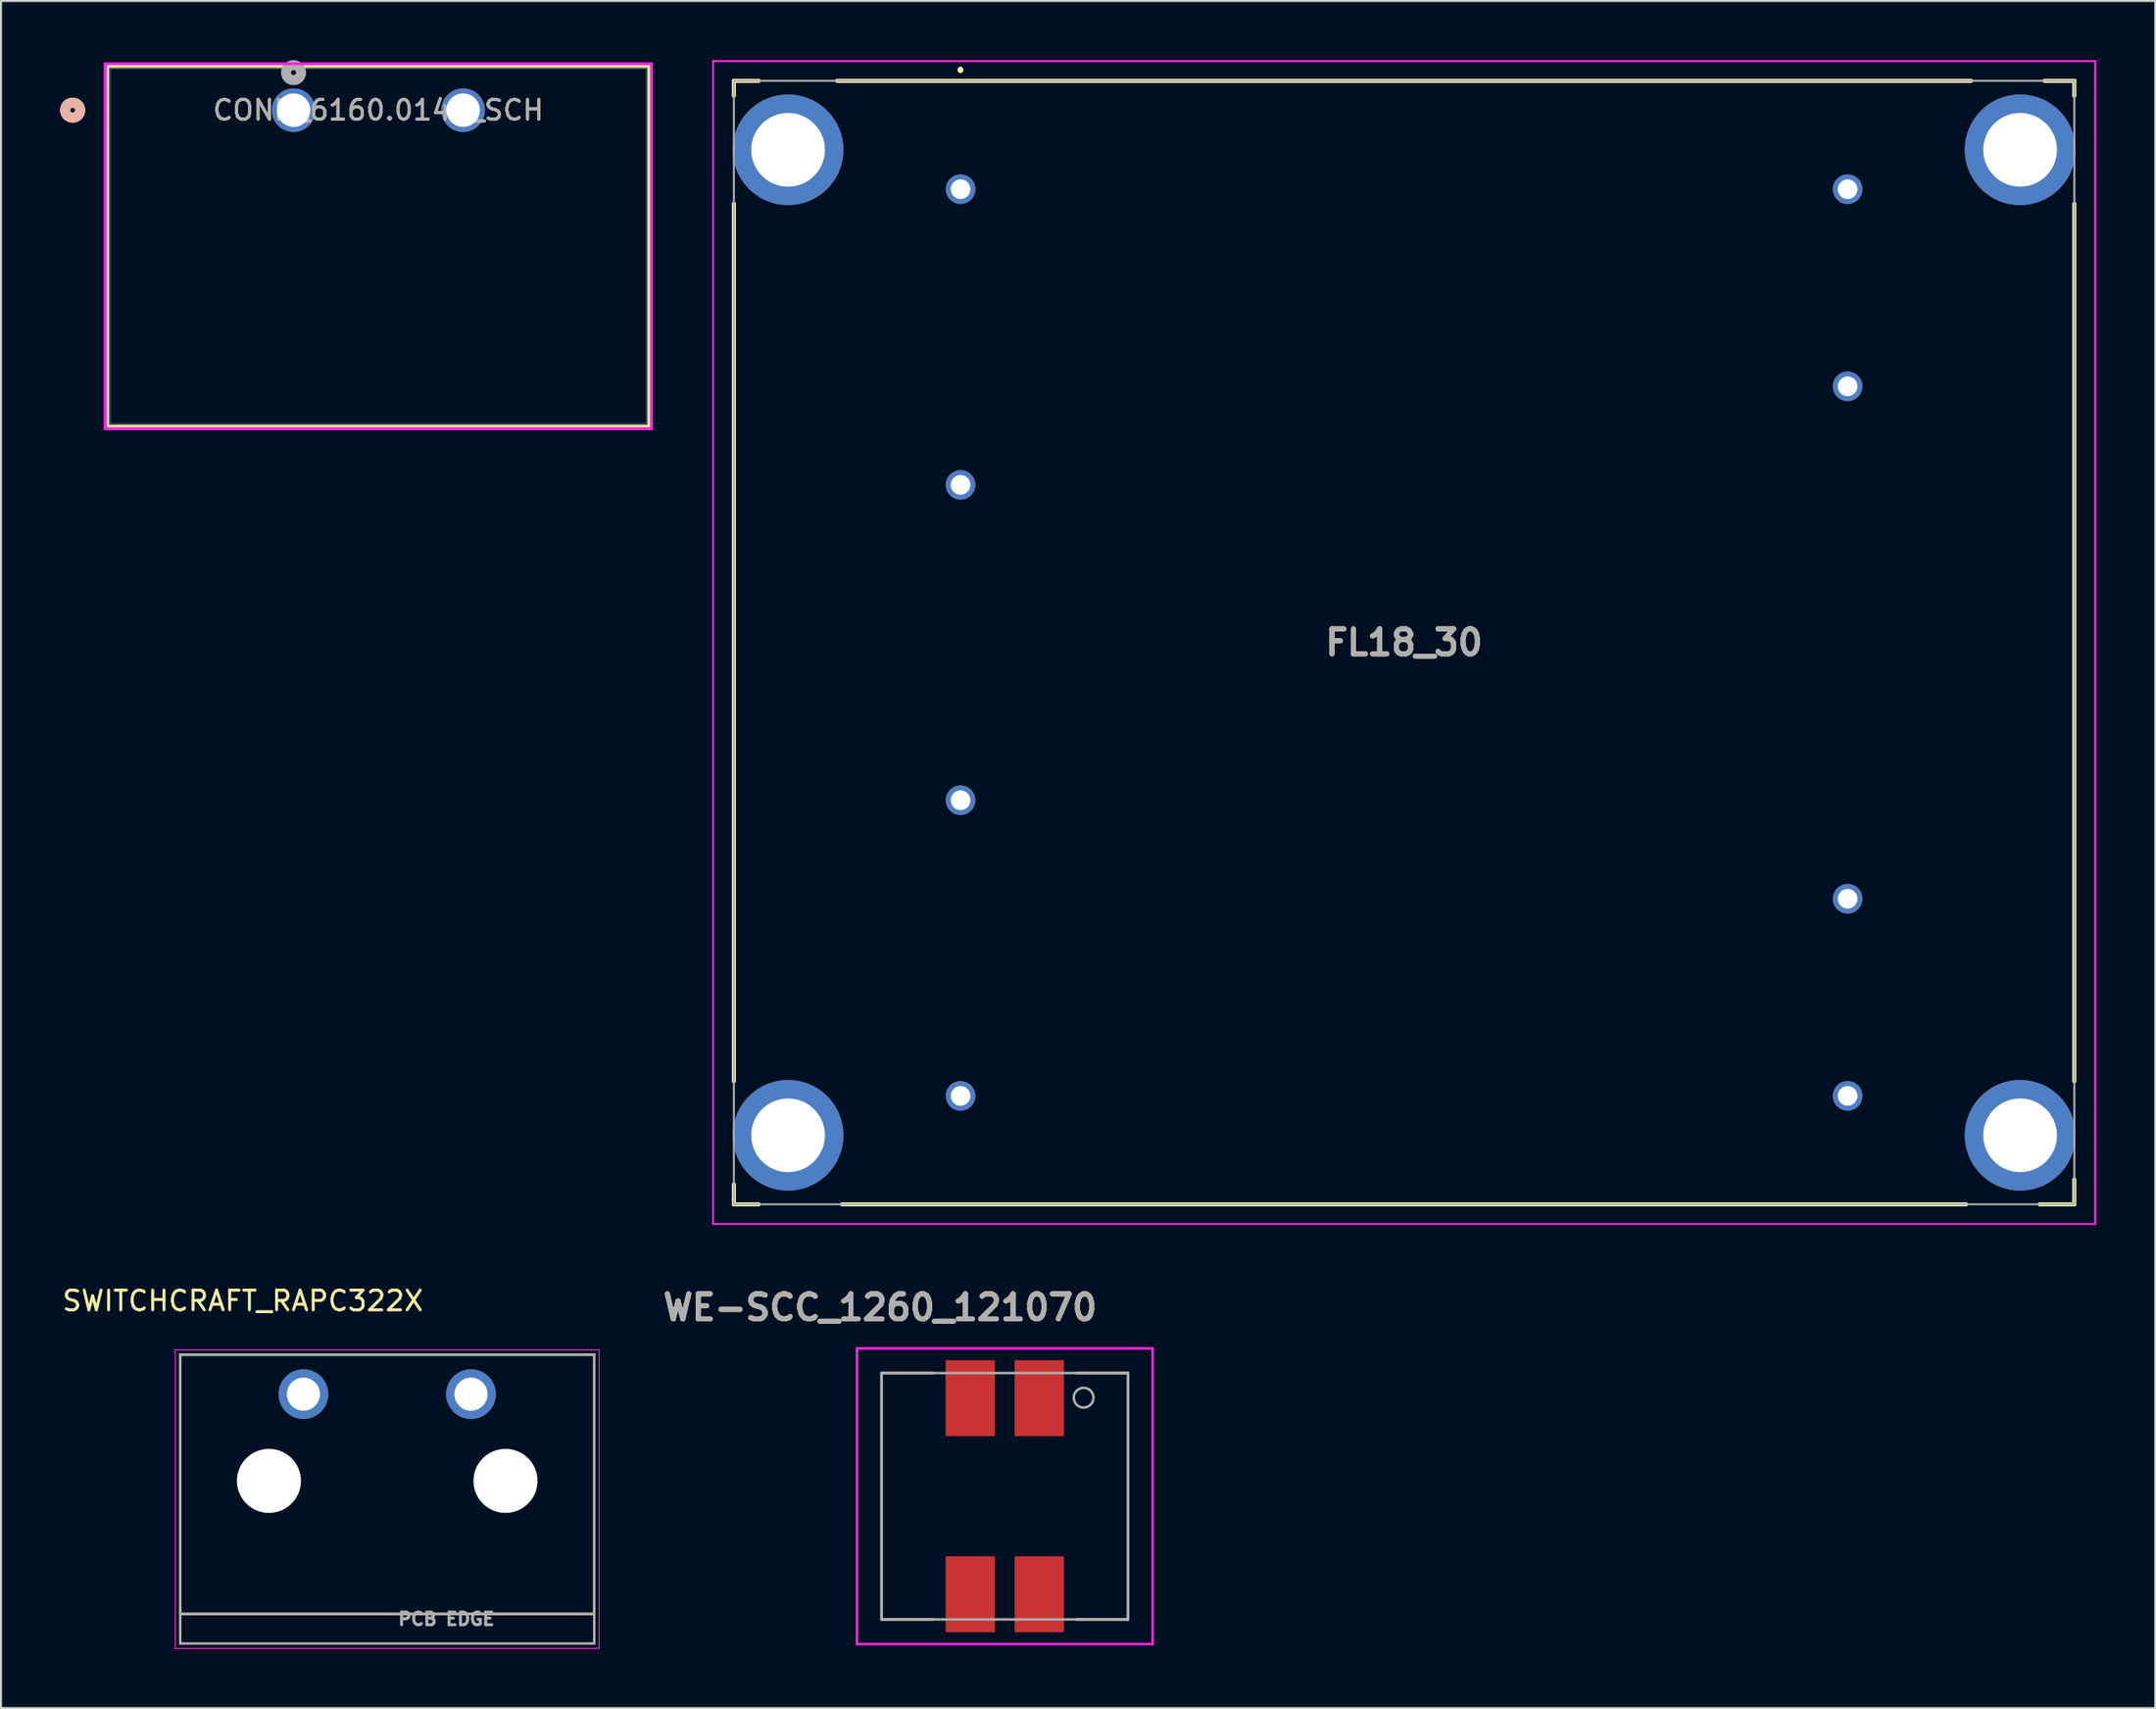
<source format=kicad_pcb>
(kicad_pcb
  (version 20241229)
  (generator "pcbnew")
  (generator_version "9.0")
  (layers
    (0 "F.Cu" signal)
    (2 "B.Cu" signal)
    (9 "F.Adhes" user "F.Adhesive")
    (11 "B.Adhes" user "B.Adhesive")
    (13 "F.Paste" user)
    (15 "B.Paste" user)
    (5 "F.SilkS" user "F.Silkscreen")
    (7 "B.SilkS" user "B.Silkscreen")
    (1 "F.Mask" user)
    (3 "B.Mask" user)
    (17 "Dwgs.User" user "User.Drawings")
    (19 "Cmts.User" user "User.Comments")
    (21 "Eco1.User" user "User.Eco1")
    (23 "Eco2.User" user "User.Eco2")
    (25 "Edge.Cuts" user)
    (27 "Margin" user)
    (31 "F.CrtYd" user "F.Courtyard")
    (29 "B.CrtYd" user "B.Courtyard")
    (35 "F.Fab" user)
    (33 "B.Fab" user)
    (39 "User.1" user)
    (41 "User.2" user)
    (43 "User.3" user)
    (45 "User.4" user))
  (footprint "SWITCHCRAFT_RAPC322X"
    (layer "F.Cu")
    (at 16.593 72.083)
    (property "Reference" "SWITCHCRAFT_RAPC322X" (at -7.325 -9.135 0) (layer "F.SilkS") (effects (font (size 1 1) (thickness 0.15))))
    (attr through_hole)
    (fp_circle (center -6 0) (end -5.061 0) (stroke (width 1.879) (type solid)) (fill no) (layer "F.Mask"))
    (fp_circle (center 6 0) (end 6.939 0) (stroke (width 1.879) (type solid)) (fill no) (layer "F.Mask"))
    (fp_circle (center -6 0) (end -5.061 0) (stroke (width 1.879) (type solid)) (fill no) (layer "B.Mask"))
    (fp_circle (center 6 0) (end 6.939 0) (stroke (width 1.879) (type solid)) (fill no) (layer "B.Mask"))
    (fp_line (start -10.5 -6.4) (end -10.5 6.75) (stroke (width 0.127) (type solid)) (layer "F.SilkS"))
    (fp_line (start -10.5 6.75) (end 10.5 6.75) (stroke (width 0.127) (type solid)) (layer "F.SilkS"))
    (fp_line (start 10.5 -6.4) (end -10.5 -6.4) (stroke (width 0.127) (type solid)) (layer "F.SilkS"))
    (fp_line (start 10.5 6.75) (end 10.5 -6.4) (stroke (width 0.127) (type solid)) (layer "F.SilkS"))
    (fp_line (start -10.75 -6.65) (end -10.75 8.5) (stroke (width 0.05) (type solid)) (layer "F.CrtYd"))
    (fp_line (start -10.75 8.5) (end 10.75 8.5) (stroke (width 0.05) (type solid)) (layer "F.CrtYd"))
    (fp_line (start 10.75 -6.65) (end -10.75 -6.65) (stroke (width 0.05) (type solid)) (layer "F.CrtYd"))
    (fp_line (start 10.75 8.5) (end 10.75 -6.65) (stroke (width 0.05) (type solid)) (layer "F.CrtYd"))
    (fp_line (start -10.5 -6.4) (end -10.5 6.75) (stroke (width 0.127) (type solid)) (layer "F.Fab"))
    (fp_line (start -10.5 6.75) (end -10.5 8.25) (stroke (width 0.127) (type solid)) (layer "F.Fab"))
    (fp_line (start -10.5 6.75) (end 10.5 6.75) (stroke (width 0.127) (type solid)) (layer "F.Fab"))
    (fp_line (start -10.5 8.25) (end 10.5 8.25) (stroke (width 0.127) (type solid)) (layer "F.Fab"))
    (fp_line (start 10.5 -6.4) (end -10.5 -6.4) (stroke (width 0.127) (type solid)) (layer "F.Fab"))
    (fp_line (start 10.5 6.75) (end 10.5 -6.4) (stroke (width 0.127) (type solid)) (layer "F.Fab"))
    (fp_line (start 10.5 8.25) (end 10.5 6.75) (stroke (width 0.127) (type solid)) (layer "F.Fab"))
    (fp_text user "PCB EDGE" (at 3 7.01 0) (layer "F.Fab") (effects (font (size 0.64 0.64) (thickness 0.15))))
    (pad "" np_thru_hole circle (at -6 0) (size 3.25 3.25) (drill 3.25) (layers "*.Cu" "*.Mask"))
    (pad "" np_thru_hole circle (at 6 0) (size 3.25 3.25) (drill 3.25) (layers "*.Cu" "*.Mask"))
    (pad "L" thru_hole circle (at -4.25 -4.4) (size 2.52 2.52) (drill 1.68) (layers "*.Cu" "*.Mask"))
    (pad "N" thru_hole circle (at 4.25 -4.4) (size 2.52 2.52) (drill 1.68) (layers "*.Cu" "*.Mask")))
  (footprint "CONN_6160.0141_SCH"
    (layer "F.Cu")
    (at 11.842 2.54)
    (property "Reference" "CONN_6160.0141_SCH" (at 4.3 0 0) (unlocked yes) (layer "F.SilkS") (effects (font (size 1 1) (thickness 0.15))))
    (attr through_hole)
    (fp_line (start -9.429 -2.227) (end -9.429 16.036) (stroke (width 0.152) (type solid)) (layer "F.SilkS"))
    (fp_line (start -9.429 16.036) (end 18.029 16.036) (stroke (width 0.152) (type solid)) (layer "F.SilkS"))
    (fp_line (start 18.029 -2.227) (end -9.429 -2.227) (stroke (width 0.152) (type solid)) (layer "F.SilkS"))
    (fp_line (start 18.029 16.036) (end 18.029 -2.227) (stroke (width 0.152) (type solid)) (layer "F.SilkS"))
    (fp_circle (center -11.207 0) (end -10.826 0) (stroke (width 0.508) (type solid)) (fill no) (layer "F.SilkS"))
    (fp_circle (center -11.207 0) (end -10.826 0) (stroke (width 0.508) (type solid)) (fill no) (layer "B.SilkS"))
    (fp_line (start -9.556 -2.354) (end -9.556 16.163) (stroke (width 0.152) (type solid)) (layer "F.CrtYd"))
    (fp_line (start -9.556 16.163) (end 18.156 16.163) (stroke (width 0.152) (type solid)) (layer "F.CrtYd"))
    (fp_line (start 18.156 -2.354) (end -9.556 -2.354) (stroke (width 0.152) (type solid)) (layer "F.CrtYd"))
    (fp_line (start 18.156 16.163) (end 18.156 -2.354) (stroke (width 0.152) (type solid)) (layer "F.CrtYd"))
    (fp_line (start -9.302 -2.1) (end -9.302 15.909) (stroke (width 0.025) (type solid)) (layer "F.Fab"))
    (fp_line (start -9.302 15.909) (end 17.902 15.909) (stroke (width 0.025) (type solid)) (layer "F.Fab"))
    (fp_line (start 17.902 -2.1) (end -9.302 -2.1) (stroke (width 0.025) (type solid)) (layer "F.Fab"))
    (fp_line (start 17.902 15.909) (end 17.902 -2.1) (stroke (width 0.025) (type solid)) (layer "F.Fab"))
    (fp_circle (center 0 -1.905) (end 0.381 -1.905) (stroke (width 0.508) (type solid)) (fill no) (layer "F.Fab"))
    (fp_text user "${REFERENCE}" (at 4.3 0 0) (unlocked yes) (layer "F.Fab") (effects (font (size 1 1) (thickness 0.15))))
    (pad "1" thru_hole circle (at 0 0) (size 2.21 2.21) (drill 1.702) (layers "*.Cu" "*.Mask"))
    (pad "2" thru_hole circle (at 8.6 0) (size 2.21 2.21) (drill 1.702) (layers "*.Cu" "*.Mask")))
  (footprint "FL18_30"
    (layer "F.Cu")
    (at 45.679 6.55)
    (property "Reference" "FL18_30" (at 22.5 23 0) (layer "F.SilkS") (effects (font (size 1.27 1.27) (thickness 0.254))))
    (attr through_hole)
    (fp_line (start -11.5 -5.5) (end -11.5 -5.5) (stroke (width 0.2) (type solid)) (layer "F.SilkS"))
    (fp_line (start -11.5 -5.5) (end -11.5 -5.5) (stroke (width 0.2) (type solid)) (layer "F.SilkS"))
    (fp_line (start -11.5 -5.5) (end -11.5 -4.75) (stroke (width 0.2) (type solid)) (layer "F.SilkS"))
    (fp_line (start -11.5 -5.5) (end -10.25 -5.5) (stroke (width 0.2) (type solid)) (layer "F.SilkS"))
    (fp_line (start -11.5 -4.75) (end -11.5 -5.5) (stroke (width 0.2) (type solid)) (layer "F.SilkS"))
    (fp_line (start -11.5 -4.75) (end -11.5 -4.75) (stroke (width 0.2) (type solid)) (layer "F.SilkS"))
    (fp_line (start -11.5 0.75) (end -11.5 0.75) (stroke (width 0.2) (type solid)) (layer "F.SilkS"))
    (fp_line (start -11.5 0.75) (end -11.5 45.25) (stroke (width 0.2) (type solid)) (layer "F.SilkS"))
    (fp_line (start -11.5 45.25) (end -11.5 0.75) (stroke (width 0.2) (type solid)) (layer "F.SilkS"))
    (fp_line (start -11.5 45.25) (end -11.5 45.25) (stroke (width 0.2) (type solid)) (layer "F.SilkS"))
    (fp_line (start -11.5 50.5) (end -11.5 50.5) (stroke (width 0.2) (type solid)) (layer "F.SilkS"))
    (fp_line (start -11.5 50.5) (end -11.5 51.5) (stroke (width 0.2) (type solid)) (layer "F.SilkS"))
    (fp_line (start -11.5 51.5) (end -11.5 50.5) (stroke (width 0.2) (type solid)) (layer "F.SilkS"))
    (fp_line (start -11.5 51.5) (end -11.5 51.5) (stroke (width 0.2) (type solid)) (layer "F.SilkS"))
    (fp_line (start -11.5 51.5) (end -11.5 51.5) (stroke (width 0.2) (type solid)) (layer "F.SilkS"))
    (fp_line (start -11.5 51.5) (end -10.25 51.5) (stroke (width 0.2) (type solid)) (layer "F.SilkS"))
    (fp_line (start -10.25 -5.5) (end -11.5 -5.5) (stroke (width 0.2) (type solid)) (layer "F.SilkS"))
    (fp_line (start -10.25 -5.5) (end -10.25 -5.5) (stroke (width 0.2) (type solid)) (layer "F.SilkS"))
    (fp_line (start -10.25 51.5) (end -11.5 51.5) (stroke (width 0.2) (type solid)) (layer "F.SilkS"))
    (fp_line (start -10.25 51.5) (end -10.25 51.5) (stroke (width 0.2) (type solid)) (layer "F.SilkS"))
    (fp_line (start -6.25 -5.5) (end -6.25 -5.5) (stroke (width 0.2) (type solid)) (layer "F.SilkS"))
    (fp_line (start -6.25 -5.5) (end 51.25 -5.5) (stroke (width 0.2) (type solid)) (layer "F.SilkS"))
    (fp_line (start -6 51.5) (end -6 51.5) (stroke (width 0.2) (type solid)) (layer "F.SilkS"))
    (fp_line (start -6 51.5) (end 51 51.5) (stroke (width 0.2) (type solid)) (layer "F.SilkS"))
    (fp_line (start 0 -6.1) (end 0 -6.1) (stroke (width 0.2) (type solid)) (layer "F.SilkS"))
    (fp_line (start 0 -6.1) (end 0 -6.1) (stroke (width 0.2) (type solid)) (layer "F.SilkS"))
    (fp_line (start 0 -6) (end 0 -6) (stroke (width 0.2) (type solid)) (layer "F.SilkS"))
    (fp_line (start 51 51.5) (end -6 51.5) (stroke (width 0.2) (type solid)) (layer "F.SilkS"))
    (fp_line (start 51 51.5) (end 51 51.5) (stroke (width 0.2) (type solid)) (layer "F.SilkS"))
    (fp_line (start 51.25 -5.5) (end -6.25 -5.5) (stroke (width 0.2) (type solid)) (layer "F.SilkS"))
    (fp_line (start 51.25 -5.5) (end 51.25 -5.5) (stroke (width 0.2) (type solid)) (layer "F.SilkS"))
    (fp_line (start 54.75 51.5) (end 54.75 51.5) (stroke (width 0.2) (type solid)) (layer "F.SilkS"))
    (fp_line (start 54.75 51.5) (end 56.5 51.5) (stroke (width 0.2) (type solid)) (layer "F.SilkS"))
    (fp_line (start 55 -5.5) (end 55 -5.5) (stroke (width 0.2) (type solid)) (layer "F.SilkS"))
    (fp_line (start 55 -5.5) (end 56.5 -5.5) (stroke (width 0.2) (type solid)) (layer "F.SilkS"))
    (fp_line (start 56.5 -5.5) (end 55 -5.5) (stroke (width 0.2) (type solid)) (layer "F.SilkS"))
    (fp_line (start 56.5 -5.5) (end 56.5 -5.5) (stroke (width 0.2) (type solid)) (layer "F.SilkS"))
    (fp_line (start 56.5 -5.5) (end 56.5 -5.5) (stroke (width 0.2) (type solid)) (layer "F.SilkS"))
    (fp_line (start 56.5 -5.5) (end 56.5 -4.75) (stroke (width 0.2) (type solid)) (layer "F.SilkS"))
    (fp_line (start 56.5 -4.75) (end 56.5 -5.5) (stroke (width 0.2) (type solid)) (layer "F.SilkS"))
    (fp_line (start 56.5 -4.75) (end 56.5 -4.75) (stroke (width 0.2) (type solid)) (layer "F.SilkS"))
    (fp_line (start 56.5 0.75) (end 56.5 0.75) (stroke (width 0.2) (type solid)) (layer "F.SilkS"))
    (fp_line (start 56.5 0.75) (end 56.5 45.25) (stroke (width 0.2) (type solid)) (layer "F.SilkS"))
    (fp_line (start 56.5 45.25) (end 56.5 0.75) (stroke (width 0.2) (type solid)) (layer "F.SilkS"))
    (fp_line (start 56.5 45.25) (end 56.5 45.25) (stroke (width 0.2) (type solid)) (layer "F.SilkS"))
    (fp_line (start 56.5 50.25) (end 56.5 50.25) (stroke (width 0.2) (type solid)) (layer "F.SilkS"))
    (fp_line (start 56.5 50.25) (end 56.5 51.5) (stroke (width 0.2) (type solid)) (layer "F.SilkS"))
    (fp_line (start 56.5 51.5) (end 54.75 51.5) (stroke (width 0.2) (type solid)) (layer "F.SilkS"))
    (fp_line (start 56.5 51.5) (end 56.5 50.25) (stroke (width 0.2) (type solid)) (layer "F.SilkS"))
    (fp_line (start 56.5 51.5) (end 56.5 51.5) (stroke (width 0.2) (type solid)) (layer "F.SilkS"))
    (fp_line (start 56.5 51.5) (end 56.5 51.5) (stroke (width 0.2) (type solid)) (layer "F.SilkS"))
    (fp_arc (start 0 -6.1) (mid 0.05 -6.05) (end 0 -6) (stroke (width 0.2) (type solid)) (layer "F.SilkS"))
    (fp_arc (start 0 -6) (mid -0.05 -6.05) (end 0 -6.1) (stroke (width 0.2) (type solid)) (layer "F.SilkS"))
    (fp_arc (start 0 -6) (mid -0.05 -6.05) (end 0 -6.1) (stroke (width 0.2) (type solid)) (layer "F.SilkS"))
    (fp_line (start -12.555 -6.5) (end 57.555 -6.5) (stroke (width 0.1) (type solid)) (layer "F.CrtYd"))
    (fp_line (start -12.555 52.5) (end -12.555 -6.5) (stroke (width 0.1) (type solid)) (layer "F.CrtYd"))
    (fp_line (start 57.555 -6.5) (end 57.555 52.5) (stroke (width 0.1) (type solid)) (layer "F.CrtYd"))
    (fp_line (start 57.555 52.5) (end -12.555 52.5) (stroke (width 0.1) (type solid)) (layer "F.CrtYd"))
    (fp_line (start -11.5 -5.5) (end 56.5 -5.5) (stroke (width 0.1) (type solid)) (layer "F.Fab"))
    (fp_line (start -11.5 51.5) (end -11.5 -5.5) (stroke (width 0.1) (type solid)) (layer "F.Fab"))
    (fp_line (start 56.5 -5.5) (end 56.5 51.5) (stroke (width 0.1) (type solid)) (layer "F.Fab"))
    (fp_line (start 56.5 51.5) (end -11.5 51.5) (stroke (width 0.1) (type solid)) (layer "F.Fab"))
    (fp_text user "${REFERENCE}" (at 22.5 23 0) (layer "F.Fab") (effects (font (size 1.27 1.27) (thickness 0.254))))
    (pad "1" thru_hole circle (at 0 0) (size 1.5 1.5) (drill 1) (layers "*.Cu" "*.Mask"))
    (pad "2" thru_hole circle (at 0 15) (size 1.5 1.5) (drill 1) (layers "*.Cu" "*.Mask"))
    (pad "3" thru_hole circle (at 0 31) (size 1.5 1.5) (drill 1) (layers "*.Cu" "*.Mask"))
    (pad "4" thru_hole circle (at 0 46) (size 1.5 1.5) (drill 1) (layers "*.Cu" "*.Mask"))
    (pad "5" thru_hole circle (at 45 46) (size 1.5 1.5) (drill 1) (layers "*.Cu" "*.Mask"))
    (pad "6" thru_hole circle (at 45 36) (size 1.5 1.5) (drill 1) (layers "*.Cu" "*.Mask"))
    (pad "7" thru_hole circle (at 45 10) (size 1.5 1.5) (drill 1) (layers "*.Cu" "*.Mask"))
    (pad "8" thru_hole circle (at 45 0) (size 1.5 1.5) (drill 1) (layers "*.Cu" "*.Mask"))
    (pad "MH1" thru_hole circle (at -8.75 -2) (size 5.61 5.61) (drill 3.74) (layers "*.Cu" "*.Mask"))
    (pad "MH2" thru_hole circle (at -8.75 48) (size 5.61 5.61) (drill 3.74) (layers "*.Cu" "*.Mask"))
    (pad "MH3" thru_hole circle (at 53.75 48) (size 5.61 5.61) (drill 3.74) (layers "*.Cu" "*.Mask"))
    (pad "MH4" thru_hole circle (at 53.75 -2) (size 5.61 5.61) (drill 3.74) (layers "*.Cu" "*.Mask")))
  (footprint "WE-SCC_1260_121070"
    (layer "F.Cu")
    (at 47.921 72.862)
    (property "Reference" "WE-SCC_1260_121070" (at -6.323 -9.573 0) (layer "F.SilkS") (effects (font (size 1.27 1.27) (thickness 0.254))))
    (attr smd)
    (fp_line (start -6.25 -6.25) (end -6.25 6.25) (stroke (width 0.127) (type solid)) (layer "F.SilkS"))
    (fp_line (start -6.25 6.25) (end -3.625 6.25) (stroke (width 0.127) (type solid)) (layer "F.SilkS"))
    (fp_line (start -3.625 -6.25) (end -6.25 -6.25) (stroke (width 0.127) (type solid)) (layer "F.SilkS"))
    (fp_line (start 3.625 -6.25) (end 6.25 -6.25) (stroke (width 0.127) (type solid)) (layer "F.SilkS"))
    (fp_line (start 6.25 -6.25) (end 6.25 6.25) (stroke (width 0.127) (type solid)) (layer "F.SilkS"))
    (fp_line (start 6.25 6.25) (end 3.625 6.25) (stroke (width 0.127) (type solid)) (layer "F.SilkS"))
    (fp_line (start -7.5 -7.5) (end -7.5 7.5) (stroke (width 0.127) (type solid)) (layer "F.CrtYd"))
    (fp_line (start -7.5 7.5) (end 7.5 7.5) (stroke (width 0.127) (type solid)) (layer "F.CrtYd"))
    (fp_line (start 7.5 -7.5) (end -7.5 -7.5) (stroke (width 0.127) (type solid)) (layer "F.CrtYd"))
    (fp_line (start 7.5 7.5) (end 7.5 -7.5) (stroke (width 0.127) (type solid)) (layer "F.CrtYd"))
    (fp_line (start -6.25 -6.25) (end -6.25 6.25) (stroke (width 0.127) (type solid)) (layer "F.Fab"))
    (fp_line (start -6.25 6.25) (end 6.25 6.25) (stroke (width 0.127) (type solid)) (layer "F.Fab"))
    (fp_line (start 6.25 -6.25) (end -6.25 -6.25) (stroke (width 0.127) (type solid)) (layer "F.Fab"))
    (fp_line (start 6.25 6.25) (end 6.25 -6.25) (stroke (width 0.127) (type solid)) (layer "F.Fab"))
    (fp_circle (center 4 -5) (end 4 -4.5) (stroke (width 0.127) (type solid)) (fill no) (layer "F.Fab"))
    (fp_text user "${REFERENCE}" (at -6.323 -9.573 0) (layer "F.Fab") (effects (font (size 1.27 1.27) (thickness 0.254))))
    (pad "1" smd rect (at 1.75 -4.975) (size 2.5 3.85) (layers "F.Cu" "F.Mask" "F.Paste"))
    (pad "2" smd rect (at -1.75 -4.975) (size 2.5 3.85) (layers "F.Cu" "F.Mask" "F.Paste"))
    (pad "3" smd rect (at -1.75 4.975) (size 2.5 3.85) (layers "F.Cu" "F.Mask" "F.Paste"))
    (pad "4" smd rect (at 1.75 4.975) (size 2.5 3.85) (layers "F.Cu" "F.Mask" "F.Paste")))
  (gr_rect
    (start -3 -3)
    (end 106.284 83.608)
    (stroke (width 0.1) (type default))
    (fill no)
    (layer "Edge.Cuts")))
</source>
